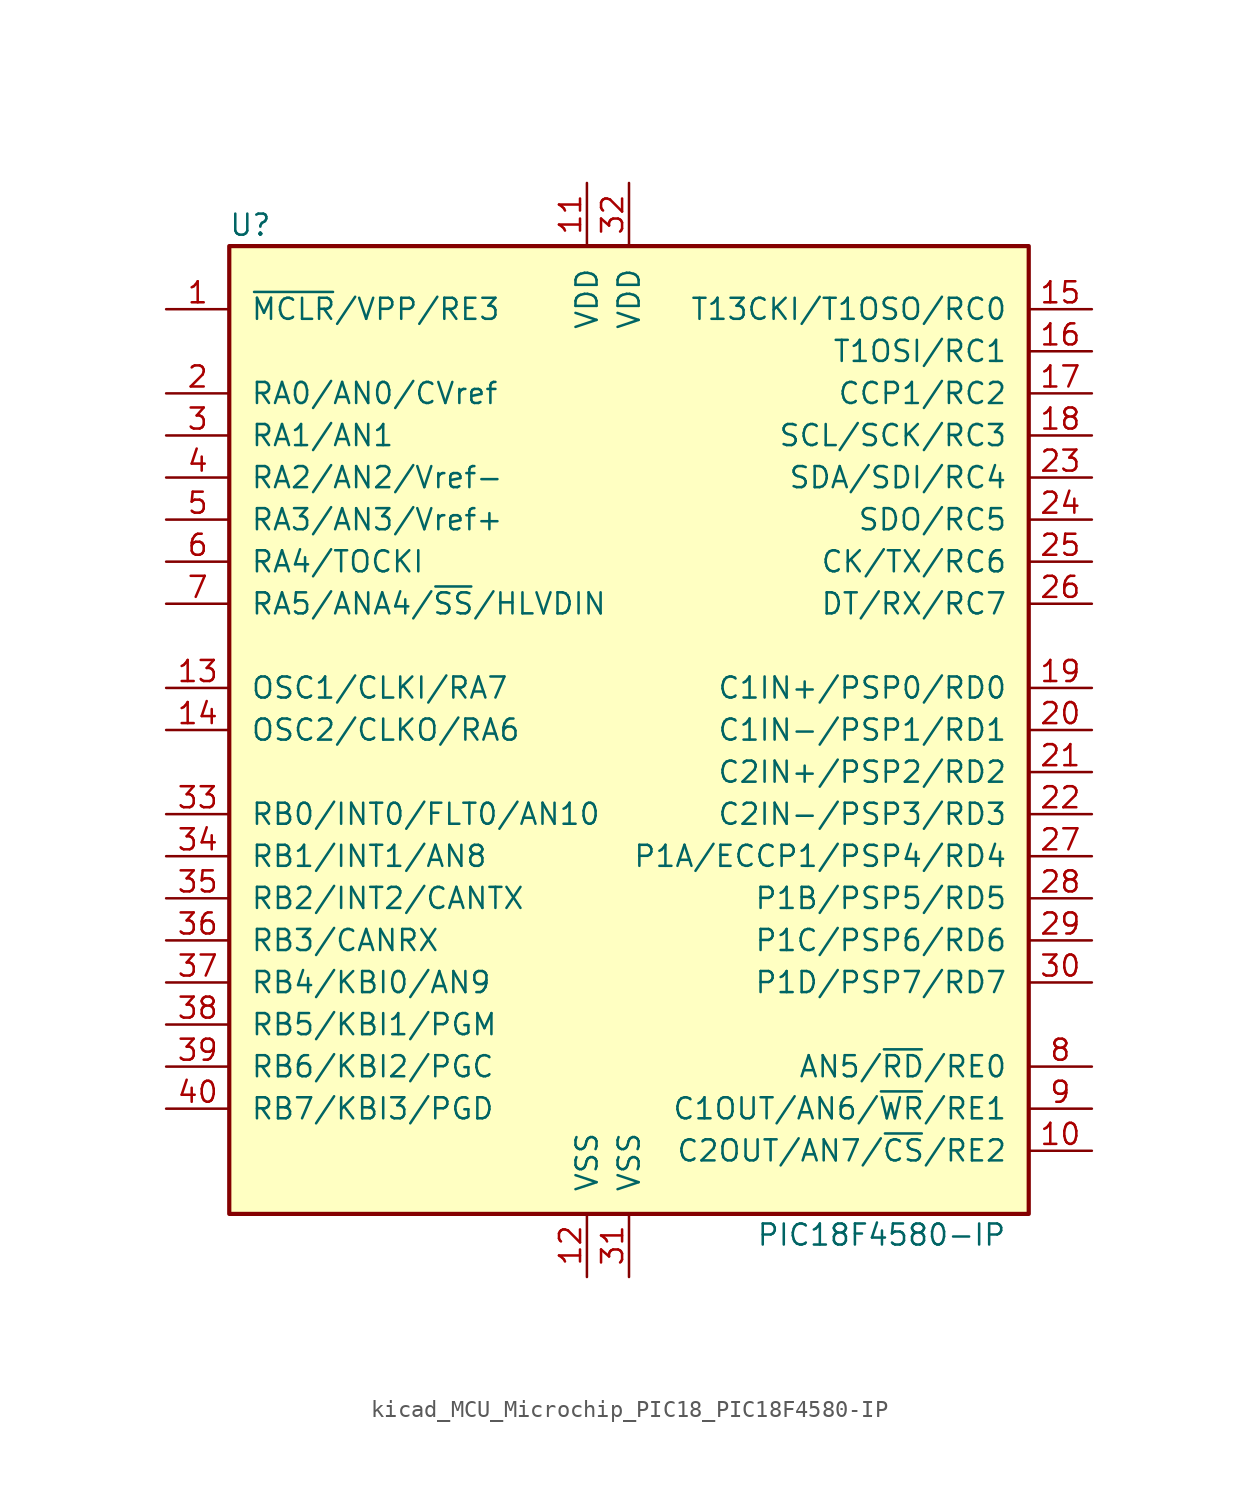
<source format=kicad_sym>
(kicad_symbol_lib
  (version 20220914)
  (generator kicad_symbol_editor)
  (symbol "kicad_MCU_Microchip_PIC18_PIC18F4580-IP"
    (pin_names
      (offset 1.27))
    (property "Reference" "U"
      (at -22.86 30.48 0)
      (effects (font (size 1.27 1.27))))
    (property "Value" "PIC18F4580-IP"
      (at 15.24 -30.48 0)
      (effects (font (size 1.27 1.27))))
    (symbol "kicad_MCU_Microchip_PIC18_PIC18F4580-IP_0_1"
      (rectangle (start -24.13 -29.21) (end 24.13 29.21) (stroke (width 0.254) (type default)) (fill (type background))))
    (symbol "kicad_MCU_Microchip_PIC18_PIC18F4580-IP_1_1"
      (pin input line (at -27.94 25.4 0) (length 3.81) (name "~{MCLR}/VPP/RE3" (effects (font (size 1.27 1.27)))) (number "1" (effects (font (size 1.27 1.27)))))
      (pin bidirectional line (at 27.94 -25.4 180) (length 3.81) (name "C2OUT/AN7/~{CS}/RE2" (effects (font (size 1.27 1.27)))) (number "10" (effects (font (size 1.27 1.27)))))
      (pin power_in line (at -2.54 33.02 270) (length 3.81) (name "VDD" (effects (font (size 1.27 1.27)))) (number "11" (effects (font (size 1.27 1.27)))))
      (pin power_in line (at -2.54 -33.02 90) (length 3.81) (name "VSS" (effects (font (size 1.27 1.27)))) (number "12" (effects (font (size 1.27 1.27)))))
      (pin input line (at -27.94 2.54 0) (length 3.81) (name "OSC1/CLKI/RA7" (effects (font (size 1.27 1.27)))) (number "13" (effects (font (size 1.27 1.27)))))
      (pin output line (at -27.94 0 0) (length 3.81) (name "OSC2/CLKO/RA6" (effects (font (size 1.27 1.27)))) (number "14" (effects (font (size 1.27 1.27)))))
      (pin bidirectional line (at 27.94 25.4 180) (length 3.81) (name "T13CKI/T1OSO/RC0" (effects (font (size 1.27 1.27)))) (number "15" (effects (font (size 1.27 1.27)))))
      (pin bidirectional line (at 27.94 22.86 180) (length 3.81) (name "T1OSI/RC1" (effects (font (size 1.27 1.27)))) (number "16" (effects (font (size 1.27 1.27)))))
      (pin bidirectional line (at 27.94 20.32 180) (length 3.81) (name "CCP1/RC2" (effects (font (size 1.27 1.27)))) (number "17" (effects (font (size 1.27 1.27)))))
      (pin bidirectional line (at 27.94 17.78 180) (length 3.81) (name "SCL/SCK/RC3" (effects (font (size 1.27 1.27)))) (number "18" (effects (font (size 1.27 1.27)))))
      (pin bidirectional line (at 27.94 2.54 180) (length 3.81) (name "C1IN+/PSP0/RD0" (effects (font (size 1.27 1.27)))) (number "19" (effects (font (size 1.27 1.27)))))
      (pin bidirectional line (at -27.94 20.32 0) (length 3.81) (name "RA0/AN0/CVref" (effects (font (size 1.27 1.27)))) (number "2" (effects (font (size 1.27 1.27)))))
      (pin bidirectional line (at 27.94 0 180) (length 3.81) (name "C1IN-/PSP1/RD1" (effects (font (size 1.27 1.27)))) (number "20" (effects (font (size 1.27 1.27)))))
      (pin bidirectional line (at 27.94 -2.54 180) (length 3.81) (name "C2IN+/PSP2/RD2" (effects (font (size 1.27 1.27)))) (number "21" (effects (font (size 1.27 1.27)))))
      (pin bidirectional line (at 27.94 -5.08 180) (length 3.81) (name "C2IN-/PSP3/RD3" (effects (font (size 1.27 1.27)))) (number "22" (effects (font (size 1.27 1.27)))))
      (pin bidirectional line (at 27.94 15.24 180) (length 3.81) (name "SDA/SDI/RC4" (effects (font (size 1.27 1.27)))) (number "23" (effects (font (size 1.27 1.27)))))
      (pin bidirectional line (at 27.94 12.7 180) (length 3.81) (name "SDO/RC5" (effects (font (size 1.27 1.27)))) (number "24" (effects (font (size 1.27 1.27)))))
      (pin bidirectional line (at 27.94 10.16 180) (length 3.81) (name "CK/TX/RC6" (effects (font (size 1.27 1.27)))) (number "25" (effects (font (size 1.27 1.27)))))
      (pin bidirectional line (at 27.94 7.62 180) (length 3.81) (name "DT/RX/RC7" (effects (font (size 1.27 1.27)))) (number "26" (effects (font (size 1.27 1.27)))))
      (pin bidirectional line (at 27.94 -7.62 180) (length 3.81) (name "P1A/ECCP1/PSP4/RD4" (effects (font (size 1.27 1.27)))) (number "27" (effects (font (size 1.27 1.27)))))
      (pin bidirectional line (at 27.94 -10.16 180) (length 3.81) (name "P1B/PSP5/RD5" (effects (font (size 1.27 1.27)))) (number "28" (effects (font (size 1.27 1.27)))))
      (pin bidirectional line (at 27.94 -12.7 180) (length 3.81) (name "P1C/PSP6/RD6" (effects (font (size 1.27 1.27)))) (number "29" (effects (font (size 1.27 1.27)))))
      (pin bidirectional line (at -27.94 17.78 0) (length 3.81) (name "RA1/AN1" (effects (font (size 1.27 1.27)))) (number "3" (effects (font (size 1.27 1.27)))))
      (pin bidirectional line (at 27.94 -15.24 180) (length 3.81) (name "P1D/PSP7/RD7" (effects (font (size 1.27 1.27)))) (number "30" (effects (font (size 1.27 1.27)))))
      (pin power_in line (at 0 -33.02 90) (length 3.81) (name "VSS" (effects (font (size 1.27 1.27)))) (number "31" (effects (font (size 1.27 1.27)))))
      (pin power_in line (at 0 33.02 270) (length 3.81) (name "VDD" (effects (font (size 1.27 1.27)))) (number "32" (effects (font (size 1.27 1.27)))))
      (pin bidirectional line (at -27.94 -5.08 0) (length 3.81) (name "RB0/INT0/FLT0/AN10" (effects (font (size 1.27 1.27)))) (number "33" (effects (font (size 1.27 1.27)))))
      (pin bidirectional line (at -27.94 -7.62 0) (length 3.81) (name "RB1/INT1/AN8" (effects (font (size 1.27 1.27)))) (number "34" (effects (font (size 1.27 1.27)))))
      (pin bidirectional line (at -27.94 -10.16 0) (length 3.81) (name "RB2/INT2/CANTX" (effects (font (size 1.27 1.27)))) (number "35" (effects (font (size 1.27 1.27)))))
      (pin bidirectional line (at -27.94 -12.7 0) (length 3.81) (name "RB3/CANRX" (effects (font (size 1.27 1.27)))) (number "36" (effects (font (size 1.27 1.27)))))
      (pin bidirectional line (at -27.94 -15.24 0) (length 3.81) (name "RB4/KBI0/AN9" (effects (font (size 1.27 1.27)))) (number "37" (effects (font (size 1.27 1.27)))))
      (pin bidirectional line (at -27.94 -17.78 0) (length 3.81) (name "RB5/KBI1/PGM" (effects (font (size 1.27 1.27)))) (number "38" (effects (font (size 1.27 1.27)))))
      (pin bidirectional line (at -27.94 -20.32 0) (length 3.81) (name "RB6/KBI2/PGC" (effects (font (size 1.27 1.27)))) (number "39" (effects (font (size 1.27 1.27)))))
      (pin bidirectional line (at -27.94 15.24 0) (length 3.81) (name "RA2/AN2/Vref-" (effects (font (size 1.27 1.27)))) (number "4" (effects (font (size 1.27 1.27)))))
      (pin bidirectional line (at -27.94 -22.86 0) (length 3.81) (name "RB7/KBI3/PGD" (effects (font (size 1.27 1.27)))) (number "40" (effects (font (size 1.27 1.27)))))
      (pin bidirectional line (at -27.94 12.7 0) (length 3.81) (name "RA3/AN3/Vref+" (effects (font (size 1.27 1.27)))) (number "5" (effects (font (size 1.27 1.27)))))
      (pin bidirectional line (at -27.94 10.16 0) (length 3.81) (name "RA4/TOCKI" (effects (font (size 1.27 1.27)))) (number "6" (effects (font (size 1.27 1.27)))))
      (pin bidirectional line (at -27.94 7.62 0) (length 3.81) (name "RA5/ANA4/~{SS}/HLVDIN" (effects (font (size 1.27 1.27)))) (number "7" (effects (font (size 1.27 1.27)))))
      (pin bidirectional line (at 27.94 -20.32 180) (length 3.81) (name "AN5/~{RD}/RE0" (effects (font (size 1.27 1.27)))) (number "8" (effects (font (size 1.27 1.27)))))
      (pin bidirectional line (at 27.94 -22.86 180) (length 3.81) (name "C1OUT/AN6/~{WR}/RE1" (effects (font (size 1.27 1.27)))) (number "9" (effects (font (size 1.27 1.27))))))))
</source>
